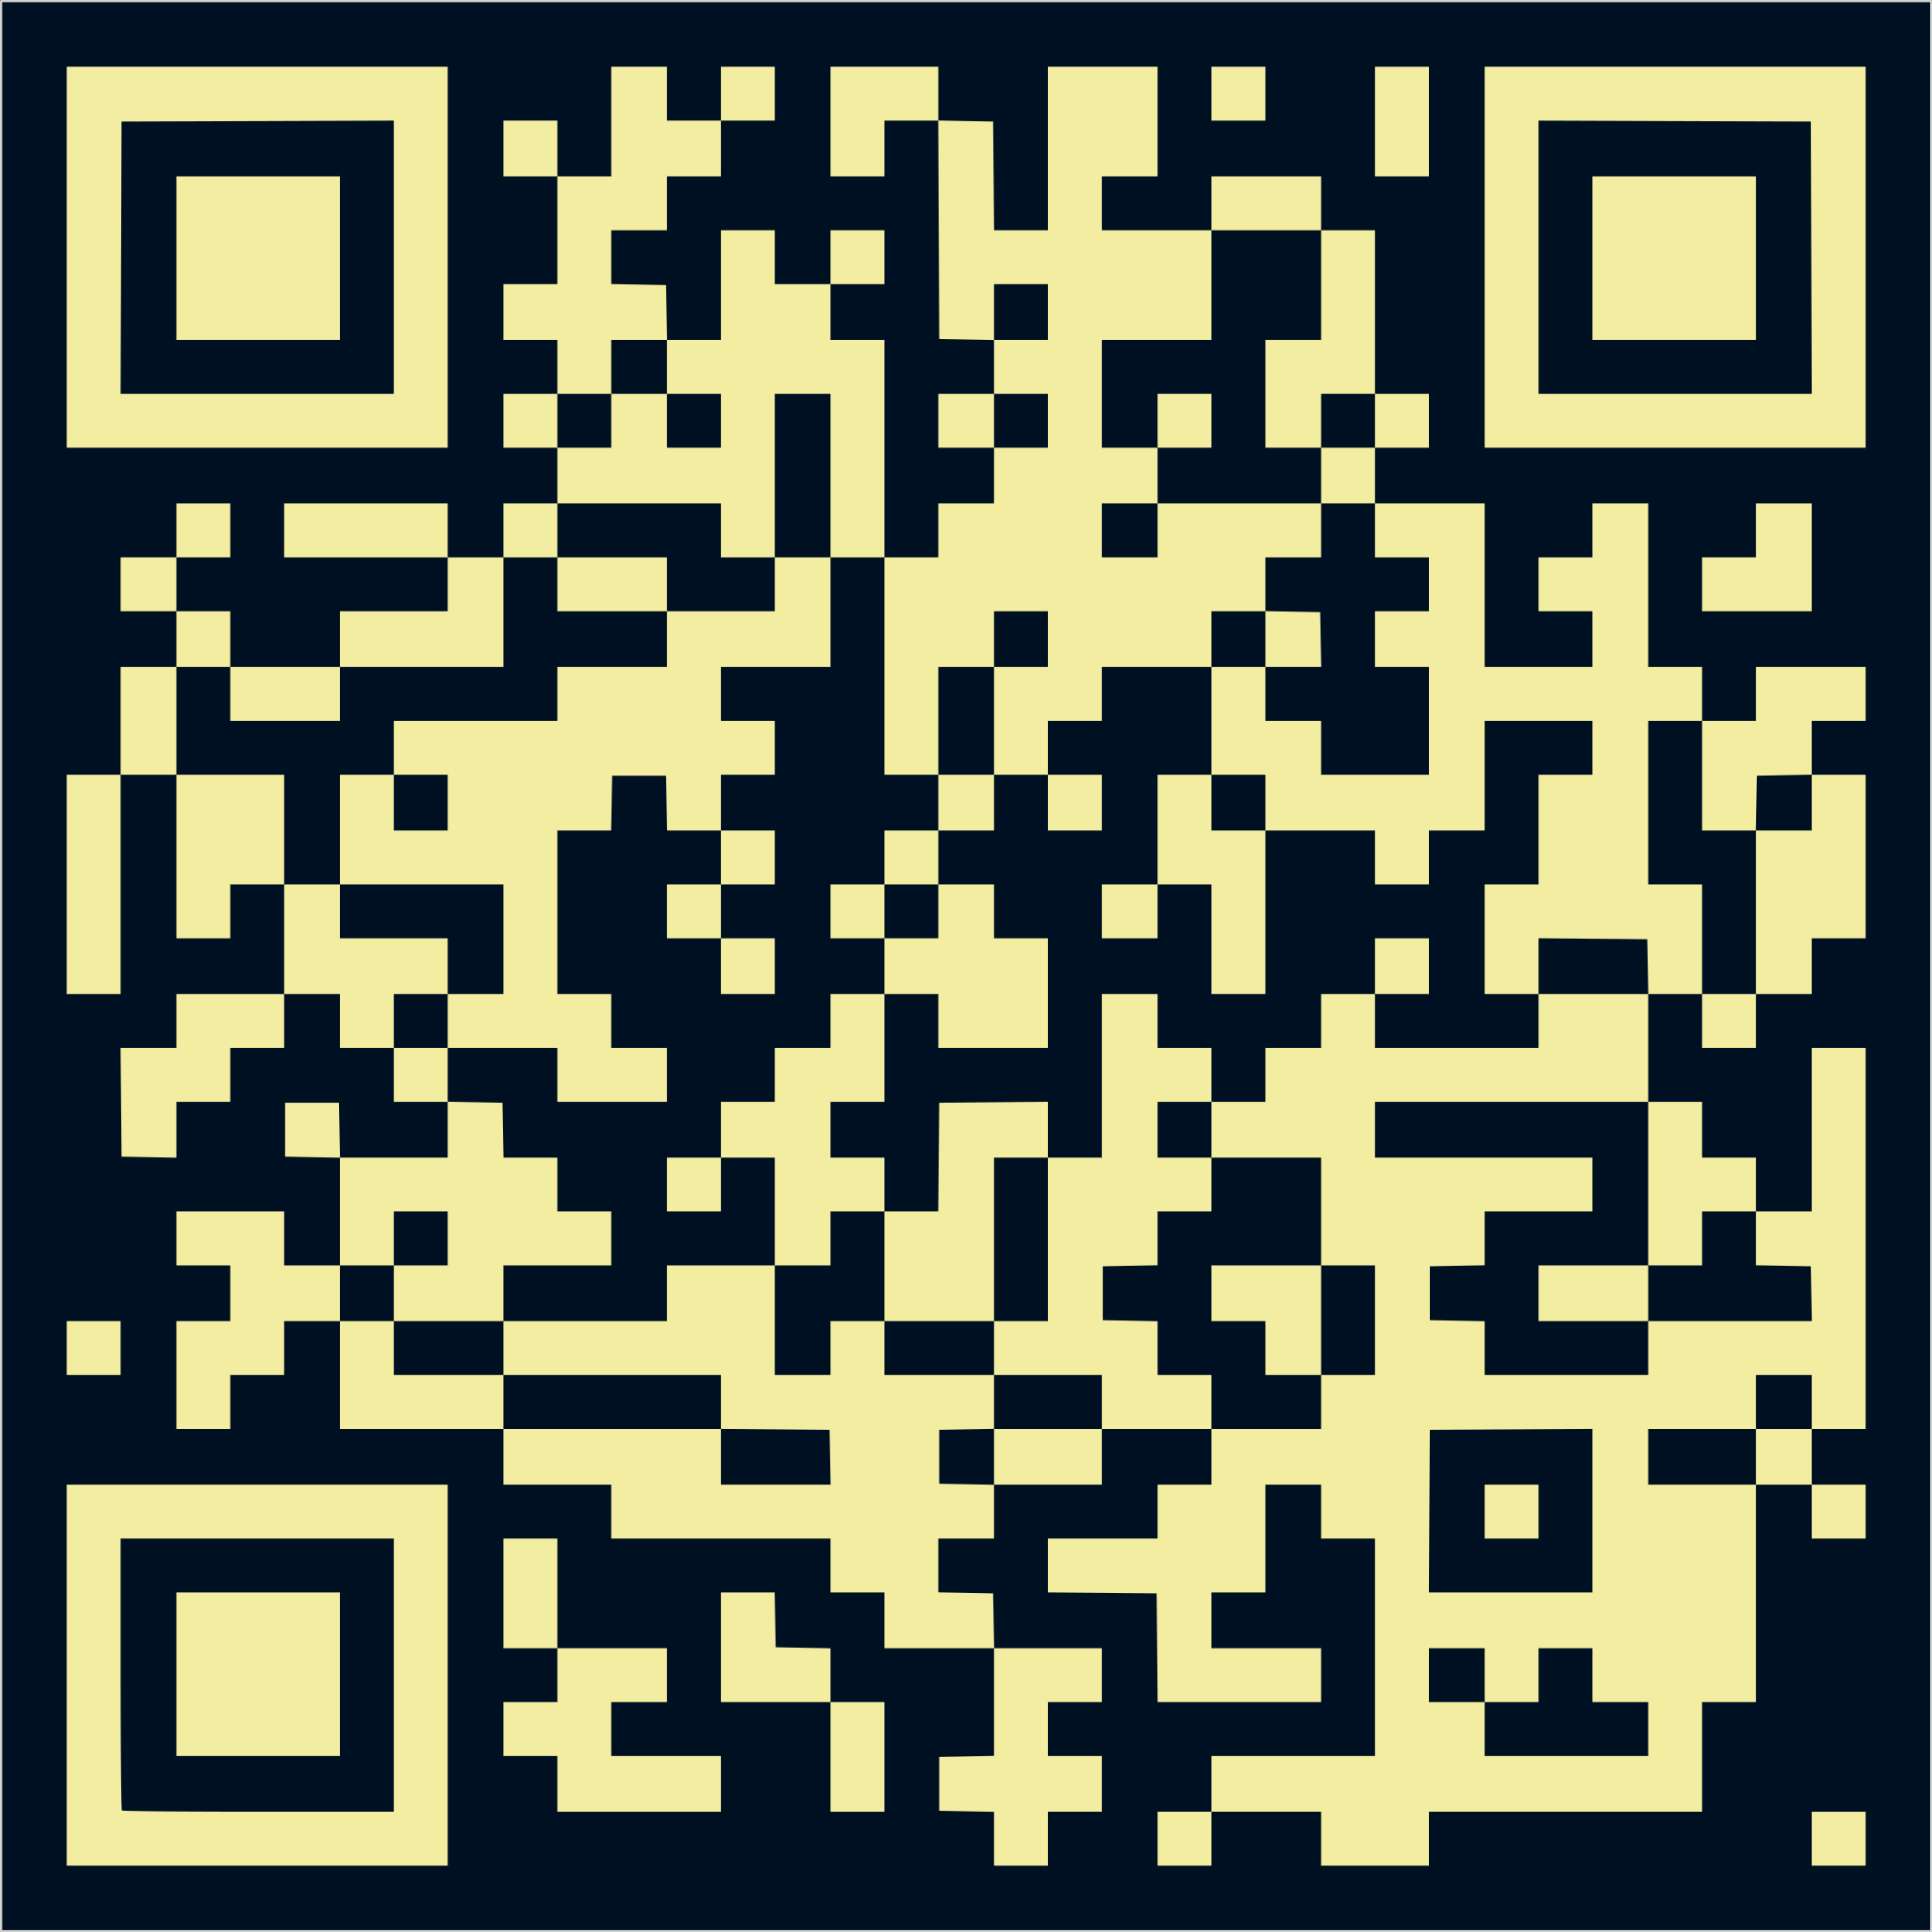
<source format=kicad_pcb>
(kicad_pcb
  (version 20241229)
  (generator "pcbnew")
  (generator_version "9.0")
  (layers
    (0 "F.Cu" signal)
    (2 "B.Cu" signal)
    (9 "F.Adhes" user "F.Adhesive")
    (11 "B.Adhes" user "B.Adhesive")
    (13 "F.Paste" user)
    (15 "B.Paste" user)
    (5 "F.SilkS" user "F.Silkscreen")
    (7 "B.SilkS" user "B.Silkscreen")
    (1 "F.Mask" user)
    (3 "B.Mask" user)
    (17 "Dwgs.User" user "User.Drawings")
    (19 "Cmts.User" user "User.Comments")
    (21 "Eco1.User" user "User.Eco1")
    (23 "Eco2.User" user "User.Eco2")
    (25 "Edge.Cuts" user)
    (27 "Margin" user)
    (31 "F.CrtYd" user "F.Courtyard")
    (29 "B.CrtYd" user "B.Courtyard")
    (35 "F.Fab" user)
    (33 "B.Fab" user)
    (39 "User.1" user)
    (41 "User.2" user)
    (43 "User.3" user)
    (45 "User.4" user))
  (footprint "QR"
    (layer "F.Cu")
    (at 41.116 41.116)
    (property "Reference" "QR" (at 0 0 0) (layer "F.SilkS") (effects (font (size 1.5 1.5) (thickness 0.3))))
    (attr board_only exclude_from_pos_files exclude_from_bom)
    (fp_poly (pts (xy -38.652 17.457) (xy -38.652 18.689) (xy -39.884 18.689) (xy -41.116 18.689) (xy -41.116 17.457) (xy -41.116 16.225) (xy -39.884 16.225) (xy -38.652 16.225)) (stroke (width 0) (type solid)) (fill yes) (layer "F.SilkS"))
    (fp_poly (pts (xy -28.628 -32.366) (xy -28.628 -28.628) (xy -32.366 -28.628) (xy -36.104 -28.628) (xy -36.104 -32.366) (xy -36.104 -36.104) (xy -32.366 -36.104) (xy -28.628 -36.104)) (stroke (width 0) (type solid)) (fill yes) (layer "F.SilkS"))
    (fp_poly (pts (xy -28.628 32.366) (xy -28.628 36.104) (xy -32.366 36.104) (xy -36.104 36.104) (xy -36.104 32.366) (xy -36.104 28.628) (xy -32.366 28.628) (xy -28.628 28.628)) (stroke (width 0) (type solid)) (fill yes) (layer "F.SilkS"))
    (fp_poly (pts (xy -18.689 28.671) (xy -18.689 31.177) (xy -19.921 31.177) (xy -21.153 31.177) (xy -21.153 28.671) (xy -21.153 26.165) (xy -19.921 26.165) (xy -18.689 26.165)) (stroke (width 0) (type solid)) (fill yes) (layer "F.SilkS"))
    (fp_poly (pts (xy -8.75 0) (xy -8.75 1.274) (xy -9.982 1.274) (xy -11.213 1.274) (xy -11.213 0) (xy -11.213 -1.274) (xy -9.982 -1.274) (xy -8.75 -1.274)) (stroke (width 0) (type solid)) (fill yes) (layer "F.SilkS"))
    (fp_poly (pts (xy -3.738 36.146) (xy -3.738 38.652) (xy -4.97 38.652) (xy -6.201 38.652) (xy -6.201 36.146) (xy -6.201 33.64) (xy -4.97 33.64) (xy -3.738 33.64)) (stroke (width 0) (type solid)) (fill yes) (layer "F.SilkS"))
    (fp_poly (pts (xy 6.201 -7.476) (xy 6.201 -6.201) (xy 4.97 -6.201) (xy 3.738 -6.201) (xy 3.738 -7.476) (xy 3.738 -8.75) (xy 4.97 -8.75) (xy 6.201 -8.75)) (stroke (width 0) (type solid)) (fill yes) (layer "F.SilkS"))
    (fp_poly (pts (xy 11.213 -24.933) (xy 11.213 -23.701) (xy 9.982 -23.701) (xy 8.75 -23.701) (xy 8.75 -24.933) (xy 8.75 -26.165) (xy 9.982 -26.165) (xy 11.213 -26.165)) (stroke (width 0) (type solid)) (fill yes) (layer "F.SilkS"))
    (fp_poly (pts (xy 13.677 -39.884) (xy 13.677 -38.652) (xy 12.445 -38.652) (xy 11.213 -38.652) (xy 11.213 -39.884) (xy 11.213 -41.116) (xy 12.445 -41.116) (xy 13.677 -41.116)) (stroke (width 0) (type solid)) (fill yes) (layer "F.SilkS"))
    (fp_poly (pts (xy 14.93 -16.206) (xy 16.183 -16.183) (xy 16.206 -14.93) (xy 16.23 -13.677) (xy 14.953 -13.677) (xy 13.677 -13.677) (xy 13.677 -14.953) (xy 13.677 -16.23)) (stroke (width 0) (type solid)) (fill yes) (layer "F.SilkS"))
    (fp_poly (pts (xy 21.153 -38.61) (xy 21.153 -36.104) (xy 19.921 -36.104) (xy 18.689 -36.104) (xy 18.689 -38.61) (xy 18.689 -41.116) (xy 19.921 -41.116) (xy 21.153 -41.116)) (stroke (width 0) (type solid)) (fill yes) (layer "F.SilkS"))
    (fp_poly (pts (xy 21.153 0) (xy 21.153 1.274) (xy 19.921 1.274) (xy 18.689 1.274) (xy 18.689 0) (xy 18.689 -1.274) (xy 19.921 -1.274) (xy 21.153 -1.274)) (stroke (width 0) (type solid)) (fill yes) (layer "F.SilkS"))
    (fp_poly (pts (xy 26.165 24.933) (xy 26.165 26.165) (xy 24.933 26.165) (xy 23.701 26.165) (xy 23.701 24.933) (xy 23.701 23.701) (xy 24.933 23.701) (xy 26.165 23.701)) (stroke (width 0) (type solid)) (fill yes) (layer "F.SilkS"))
    (fp_poly (pts (xy 31.177 14.951) (xy 31.177 16.225) (xy 28.671 16.225) (xy 26.165 16.225) (xy 26.165 14.951) (xy 26.165 13.677) (xy 28.671 13.677) (xy 31.177 13.677)) (stroke (width 0) (type solid)) (fill yes) (layer "F.SilkS"))
    (fp_poly (pts (xy 36.104 -32.366) (xy 36.104 -28.628) (xy 32.366 -28.628) (xy 28.628 -28.628) (xy 28.628 -32.366) (xy 28.628 -36.104) (xy 32.366 -36.104) (xy 36.104 -36.104)) (stroke (width 0) (type solid)) (fill yes) (layer "F.SilkS"))
    (fp_poly (pts (xy 41.116 24.933) (xy 41.116 26.165) (xy 39.884 26.165) (xy 38.652 26.165) (xy 38.652 24.933) (xy 38.652 23.701) (xy 39.884 23.701) (xy 41.116 23.701)) (stroke (width 0) (type solid)) (fill yes) (layer "F.SilkS"))
    (fp_poly (pts (xy 41.116 39.884) (xy 41.116 41.116) (xy 39.884 41.116) (xy 38.652 41.116) (xy 38.652 39.884) (xy 38.652 38.652) (xy 39.884 38.652) (xy 41.116 38.652)) (stroke (width 0) (type solid)) (fill yes) (layer "F.SilkS"))
    (fp_poly (pts (xy -31.177 -6.244) (xy -31.177 -3.738) (xy -32.408 -3.738) (xy -33.64 -3.738) (xy -33.64 -2.506) (xy -33.64 -1.274) (xy -34.872 -1.274) (xy -36.104 -1.274) (xy -36.104 -5.012) (xy -36.104 -8.75) (xy -33.64 -8.75) (xy -31.177 -8.75)) (stroke (width 0) (type solid)) (fill yes) (layer "F.SilkS"))
    (fp_poly (pts (xy -8.731 29.881) (xy -8.707 31.134) (xy -7.454 31.158) (xy -6.201 31.181) (xy -6.201 32.411) (xy -6.201 33.64) (xy -8.707 33.64) (xy -11.213 33.64) (xy -11.213 31.134) (xy -11.213 28.628) (xy -9.984 28.628) (xy -8.754 28.628)) (stroke (width 0) (type solid)) (fill yes) (layer "F.SilkS"))
    (fp_poly (pts (xy 16.225 16.183) (xy 16.225 18.689) (xy 14.951 18.689) (xy 13.677 18.689) (xy 13.677 17.457) (xy 13.677 16.225) (xy 12.445 16.225) (xy 11.213 16.225) (xy 11.213 14.951) (xy 11.213 13.677) (xy 13.719 13.677) (xy 16.225 13.677)) (stroke (width 0) (type solid)) (fill yes) (layer "F.SilkS"))
    (fp_poly (pts (xy 38.652 -18.689) (xy 38.652 -16.225) (xy 36.146 -16.225) (xy 33.64 -16.225) (xy 33.64 -17.457) (xy 33.64 -18.689) (xy 34.872 -18.689) (xy 36.104 -18.689) (xy 36.104 -19.921) (xy 36.104 -21.153) (xy 37.378 -21.153) (xy 38.652 -21.153)) (stroke (width 0) (type solid)) (fill yes) (layer "F.SilkS"))
    (fp_poly (pts (xy -33.64 -19.921) (xy -33.64 -18.689) (xy -34.872 -18.689) (xy -36.104 -18.689) (xy -36.104 -17.457) (xy -36.104 -16.225) (xy -37.378 -16.225) (xy -38.652 -16.225) (xy -38.652 -17.457) (xy -38.652 -18.689) (xy -37.378 -18.689) (xy -36.104 -18.689) (xy -36.104 -19.921) (xy -36.104 -21.153) (xy -34.872 -21.153) (xy -33.64 -21.153)) (stroke (width 0) (type solid)) (fill yes) (layer "F.SilkS"))
    (fp_poly (pts (xy -8.75 -4.97) (xy -8.75 -3.738) (xy -9.982 -3.738) (xy -11.213 -3.738) (xy -11.213 -2.506) (xy -11.213 -1.274) (xy -12.445 -1.274) (xy -13.677 -1.274) (xy -13.677 -2.506) (xy -13.677 -3.738) (xy -12.445 -3.738) (xy -11.213 -3.738) (xy -11.213 -4.97) (xy -11.213 -6.201) (xy -9.982 -6.201) (xy -8.75 -6.201)) (stroke (width 0) (type solid)) (fill yes) (layer "F.SilkS"))
    (fp_poly (pts (xy 18.689 -29.902) (xy 18.689 -26.165) (xy 17.457 -26.165) (xy 16.225 -26.165) (xy 16.225 -24.933) (xy 16.225 -23.701) (xy 14.951 -23.701) (xy 13.677 -23.701) (xy 13.677 -26.165) (xy 13.677 -28.628) (xy 14.951 -28.628) (xy 16.225 -28.628) (xy 16.225 -31.134) (xy 16.225 -33.64) (xy 17.457 -33.64) (xy 18.689 -33.64)) (stroke (width 0) (type solid)) (fill yes) (layer "F.SilkS"))
    (fp_poly (pts (xy -23.701 -32.408) (xy -23.701 -23.701) (xy -32.408 -23.701) (xy -41.116 -23.701) (xy -41.116 -26.165) (xy -38.653 -26.165) (xy -32.409 -26.165) (xy -26.165 -26.165) (xy -26.165 -32.409) (xy -26.165 -38.653) (xy -32.387 -38.631) (xy -38.61 -38.61) (xy -38.631 -32.387) (xy -38.653 -26.165) (xy -41.116 -26.165) (xy -41.116 -32.408) (xy -41.116 -41.116) (xy -32.408 -41.116) (xy -23.701 -41.116)) (stroke (width 0) (type solid)) (fill yes) (layer "F.SilkS"))
    (fp_poly (pts (xy 41.116 -32.408) (xy 41.116 -23.701) (xy 32.408 -23.701) (xy 23.701 -23.701) (xy 23.701 -32.408) (xy 23.701 -32.409) (xy 26.165 -32.409) (xy 26.165 -26.165) (xy 32.409 -26.165) (xy 38.653 -26.165) (xy 38.631 -32.387) (xy 38.61 -38.61) (xy 32.387 -38.631) (xy 26.165 -38.653) (xy 26.165 -32.409) (xy 23.701 -32.409) (xy 23.701 -41.116) (xy 32.408 -41.116) (xy 41.116 -41.116)) (stroke (width 0) (type solid)) (fill yes) (layer "F.SilkS"))
    (fp_poly (pts (xy -13.677 32.408) (xy -13.677 33.64) (xy -14.951 33.64) (xy -16.225 33.64) (xy -16.225 34.872) (xy -16.225 36.104) (xy -13.719 36.104) (xy -11.213 36.104) (xy -11.213 37.378) (xy -11.213 38.652) (xy -14.951 38.652) (xy -18.689 38.652) (xy -18.689 37.378) (xy -18.689 36.104) (xy -19.921 36.104) (xy -21.153 36.104) (xy -21.153 34.872) (xy -21.153 33.64) (xy -19.921 33.64) (xy -18.689 33.64) (xy -18.689 32.408) (xy -18.689 31.177) (xy -16.183 31.177) (xy -13.677 31.177)) (stroke (width 0) (type solid)) (fill yes) (layer "F.SilkS"))
    (fp_poly (pts (xy 11.213 -7.476) (xy 11.213 -6.201) (xy 12.445 -6.201) (xy 13.677 -6.201) (xy 13.677 -2.464) (xy 13.677 1.274) (xy 12.445 1.274) (xy 11.213 1.274) (xy 11.213 -1.232) (xy 11.213 -3.738) (xy 9.982 -3.738) (xy 8.75 -3.738) (xy 8.75 -2.506) (xy 8.75 -1.274) (xy 7.476 -1.274) (xy 6.201 -1.274) (xy 6.201 -2.506) (xy 6.201 -3.738) (xy 7.476 -3.738) (xy 8.75 -3.738) (xy 8.75 -6.244) (xy 8.75 -8.75) (xy 9.982 -8.75) (xy 11.213 -8.75)) (stroke (width 0) (type solid)) (fill yes) (layer "F.SilkS"))
    (fp_poly (pts (xy -23.701 32.408) (xy -23.701 41.116) (xy -32.408 41.116) (xy -41.116 41.116) (xy -41.116 32.408) (xy -41.116 32.352) (xy -38.652 32.352) (xy -38.651 33.362) (xy -38.649 34.322) (xy -38.646 35.22) (xy -38.641 36.04) (xy -38.635 36.77) (xy -38.629 37.397) (xy -38.621 37.906) (xy -38.613 38.285) (xy -38.604 38.519) (xy -38.596 38.596) (xy -38.503 38.605) (xy -38.255 38.614) (xy -37.863 38.622) (xy -37.343 38.629) (xy -36.706 38.636) (xy -35.966 38.642) (xy -35.138 38.646) (xy -34.234 38.649) (xy -33.269 38.652) (xy -32.352 38.652) (xy -26.165 38.652) (xy -26.165 32.408) (xy -26.165 26.165) (xy -32.408 26.165) (xy -38.652 26.165) (xy -38.652 32.352) (xy -41.116 32.352) (xy -41.116 23.701) (xy -32.408 23.701) (xy -23.701 23.701)) (stroke (width 0) (type solid)) (fill yes) (layer "F.SilkS"))
    (fp_poly (pts (xy -28.628 -2.506) (xy -28.628 -1.274) (xy -26.165 -1.274) (xy -23.701 -1.274) (xy -23.701 0) (xy -23.701 1.274) (xy -24.933 1.274) (xy -26.165 1.274) (xy -26.165 2.506) (xy -26.165 3.738) (xy -27.396 3.738) (xy -28.628 3.738) (xy -28.628 2.506) (xy -28.628 1.274) (xy -29.902 1.274) (xy -31.177 1.274) (xy -31.177 2.506) (xy -31.177 3.738) (xy -32.408 3.738) (xy -33.64 3.738) (xy -33.64 4.97) (xy -33.64 6.201) (xy -34.872 6.201) (xy -36.104 6.201) (xy -36.104 7.478) (xy -36.104 8.754) (xy -37.357 8.731) (xy -38.61 8.707) (xy -38.632 6.223) (xy -38.655 3.738) (xy -37.379 3.738) (xy -36.104 3.738) (xy -36.104 2.506) (xy -36.104 1.274) (xy -33.64 1.274) (xy -31.177 1.274) (xy -31.177 -1.232) (xy -31.177 -3.738) (xy -29.902 -3.738) (xy -28.628 -3.738)) (stroke (width 0) (type solid)) (fill yes) (layer "F.SilkS"))
    (fp_poly (pts (xy -23.701 4.967) (xy -23.701 6.197) (xy -22.448 6.22) (xy -21.195 6.244) (xy -21.171 7.497) (xy -21.148 8.75) (xy -19.918 8.75) (xy -18.689 8.75) (xy -18.689 9.982) (xy -18.689 11.213) (xy -17.457 11.213) (xy -16.225 11.213) (xy -16.225 12.445) (xy -16.225 13.677) (xy -18.689 13.677) (xy -21.153 13.677) (xy -21.153 14.951) (xy -21.153 16.225) (xy -23.659 16.225) (xy -26.165 16.225) (xy -26.165 14.951) (xy -26.165 13.677) (xy -24.933 13.677) (xy -23.701 13.677) (xy -23.701 12.445) (xy -23.701 11.213) (xy -24.933 11.213) (xy -26.165 11.213) (xy -26.165 12.445) (xy -26.165 13.677) (xy -27.396 13.677) (xy -28.628 13.677) (xy -28.628 14.951) (xy -28.628 16.225) (xy -29.902 16.225) (xy -31.177 16.225) (xy -31.177 17.457) (xy -31.177 18.689) (xy -32.408 18.689) (xy -33.64 18.689) (xy -33.64 19.921) (xy -33.64 21.153) (xy -34.872 21.153) (xy -36.104 21.153) (xy -36.104 18.689) (xy -36.104 16.225) (xy -34.872 16.225) (xy -33.64 16.225) (xy -33.64 14.951) (xy -33.64 13.677) (xy -34.872 13.677) (xy -36.104 13.677) (xy -36.104 12.445) (xy -36.104 11.213) (xy -33.64 11.213) (xy -31.177 11.213) (xy -31.177 12.445) (xy -31.177 13.677) (xy -29.902 13.677) (xy -28.628 13.677) (xy -28.628 11.216) (xy -28.628 8.754) (xy -29.881 8.731) (xy -31.134 8.707) (xy -31.134 7.476) (xy -31.134 6.244) (xy -29.902 6.244) (xy -28.671 6.244) (xy -28.647 7.497) (xy -28.624 8.75) (xy -26.162 8.75) (xy -23.701 8.75) (xy -23.701 7.476) (xy -23.701 6.201) (xy -24.933 6.201) (xy -26.165 6.201) (xy -26.165 4.97) (xy -26.165 3.738) (xy -24.933 3.738) (xy -23.701 3.738)) (stroke (width 0) (type solid)) (fill yes) (layer "F.SilkS"))
    (fp_poly (pts (xy -13.677 -17.457) (xy -13.677 -16.225) (xy -11.213 -16.225) (xy -8.75 -16.225) (xy -8.75 -17.457) (xy -8.75 -18.689) (xy -7.476 -18.689) (xy -6.201 -18.689) (xy -6.201 -16.183) (xy -6.201 -13.677) (xy -8.707 -13.677) (xy -11.213 -13.677) (xy -11.213 -12.445) (xy -11.213 -11.213) (xy -9.982 -11.213) (xy -8.75 -11.213) (xy -8.75 -9.982) (xy -8.75 -8.75) (xy -9.982 -8.75) (xy -11.213 -8.75) (xy -11.213 -7.476) (xy -11.213 -6.201) (xy -12.443 -6.201) (xy -13.672 -6.201) (xy -13.696 -7.454) (xy -13.719 -8.707) (xy -14.951 -8.707) (xy -16.183 -8.707) (xy -16.206 -7.454) (xy -16.23 -6.201) (xy -17.459 -6.201) (xy -18.689 -6.201) (xy -18.689 -2.464) (xy -18.689 1.274) (xy -17.457 1.274) (xy -16.225 1.274) (xy -16.225 2.506) (xy -16.225 3.738) (xy -14.951 3.738) (xy -13.677 3.738) (xy -13.677 4.97) (xy -13.677 6.201) (xy -16.183 6.201) (xy -18.689 6.201) (xy -18.689 4.97) (xy -18.689 3.738) (xy -21.195 3.738) (xy -23.701 3.738) (xy -23.701 2.506) (xy -23.701 1.274) (xy -22.427 1.274) (xy -21.153 1.274) (xy -21.153 -1.232) (xy -21.153 -3.738) (xy -24.89 -3.738) (xy -28.628 -3.738) (xy -28.628 -6.244) (xy -28.628 -7.476) (xy -26.165 -7.476) (xy -26.165 -6.201) (xy -24.933 -6.201) (xy -23.701 -6.201) (xy -23.701 -7.476) (xy -23.701 -8.75) (xy -24.933 -8.75) (xy -26.165 -8.75) (xy -26.165 -7.476) (xy -28.628 -7.476) (xy -28.628 -8.75) (xy -27.396 -8.75) (xy -26.165 -8.75) (xy -26.165 -9.982) (xy -26.165 -11.213) (xy -22.427 -11.213) (xy -18.689 -11.213) (xy -18.689 -12.445) (xy -18.689 -13.677) (xy -16.183 -13.677) (xy -13.677 -13.677) (xy -13.677 -14.951) (xy -13.677 -16.225) (xy -16.183 -16.225) (xy -18.689 -16.225) (xy -18.689 -17.457) (xy -18.689 -18.689) (xy -16.183 -18.689) (xy -13.677 -18.689)) (stroke (width 0) (type solid)) (fill yes) (layer "F.SilkS"))
    (fp_poly (pts (xy 1.274 -7.476) (xy 1.274 -6.201) (xy 0 -6.201) (xy -1.274 -6.201) (xy -1.274 -4.97) (xy -1.274 -3.738) (xy -2.506 -3.738) (xy -3.738 -3.738) (xy -3.738 -2.506) (xy -3.738 -1.274) (xy -2.506 -1.274) (xy -1.274 -1.274) (xy -1.274 -2.506) (xy -1.274 -3.738) (xy 0 -3.738) (xy 1.274 -3.738) (xy 1.274 -2.506) (xy 1.274 -1.274) (xy 2.506 -1.274) (xy 3.738 -1.274) (xy 3.738 1.232) (xy 3.738 3.738) (xy 1.232 3.738) (xy -1.274 3.738) (xy -1.274 2.506) (xy -1.274 1.274) (xy -2.506 1.274) (xy -3.738 1.274) (xy -3.738 3.738) (xy -3.738 6.201) (xy -4.97 6.201) (xy -6.201 6.201) (xy -6.201 7.476) (xy -6.201 8.75) (xy -4.97 8.75) (xy -3.738 8.75) (xy -3.738 9.982) (xy -3.738 11.213) (xy -2.507 11.213) (xy -1.277 11.213) (xy -1.254 8.729) (xy -1.232 6.244) (xy 1.253 6.221) (xy 3.738 6.199) (xy 3.738 7.474) (xy 3.738 8.75) (xy 2.506 8.75) (xy 1.274 8.75) (xy 1.274 12.488) (xy 1.274 16.225) (xy -1.232 16.225) (xy -3.738 16.225) (xy -3.738 13.719) (xy -3.738 11.213) (xy -4.97 11.213) (xy -6.201 11.213) (xy -6.201 12.445) (xy -6.201 13.677) (xy -7.476 13.677) (xy -8.75 13.677) (xy -8.75 11.213) (xy -8.75 8.75) (xy -9.982 8.75) (xy -11.213 8.75) (xy -11.213 9.982) (xy -11.213 11.213) (xy -12.445 11.213) (xy -13.677 11.213) (xy -13.677 9.982) (xy -13.677 8.75) (xy -12.445 8.75) (xy -11.213 8.75) (xy -11.213 7.476) (xy -11.213 6.201) (xy -9.982 6.201) (xy -8.75 6.201) (xy -8.75 4.97) (xy -8.75 3.738) (xy -7.476 3.738) (xy -6.201 3.738) (xy -6.201 2.506) (xy -6.201 1.274) (xy -4.97 1.274) (xy -3.738 1.274) (xy -3.738 0) (xy -3.738 -1.274) (xy -4.97 -1.274) (xy -6.201 -1.274) (xy -6.201 -2.506) (xy -6.201 -3.738) (xy -4.97 -3.738) (xy -3.738 -3.738) (xy -3.738 -4.97) (xy -3.738 -6.201) (xy -2.506 -6.201) (xy -1.274 -6.201) (xy -1.274 -7.476) (xy -1.274 -8.75) (xy 0 -8.75) (xy 1.274 -8.75)) (stroke (width 0) (type solid)) (fill yes) (layer "F.SilkS"))
    (fp_poly (pts (xy 23.701 -17.415) (xy 23.701 -13.677) (xy 26.165 -13.677) (xy 28.628 -13.677) (xy 28.628 -14.951) (xy 28.628 -16.225) (xy 27.396 -16.225) (xy 26.165 -16.225) (xy 26.165 -17.457) (xy 26.165 -18.689) (xy 27.396 -18.689) (xy 28.628 -18.689) (xy 28.628 -19.921) (xy 28.628 -21.153) (xy 29.902 -21.153) (xy 31.177 -21.153) (xy 31.177 -17.415) (xy 31.177 -13.677) (xy 32.408 -13.677) (xy 33.64 -13.677) (xy 33.64 -12.445) (xy 33.64 -11.213) (xy 34.872 -11.213) (xy 36.104 -11.213) (xy 36.104 -12.445) (xy 36.104 -13.677) (xy 38.61 -13.677) (xy 41.116 -13.677) (xy 41.116 -12.445) (xy 41.116 -11.213) (xy 39.884 -11.213) (xy 38.652 -11.213) (xy 38.652 -9.982) (xy 38.652 -8.754) (xy 37.399 -8.731) (xy 36.146 -8.707) (xy 36.123 -7.454) (xy 36.099 -6.201) (xy 34.87 -6.201) (xy 33.64 -6.201) (xy 33.64 -8.707) (xy 33.64 -11.213) (xy 32.408 -11.213) (xy 31.177 -11.213) (xy 31.177 -7.476) (xy 31.177 -3.738) (xy 32.408 -3.738) (xy 33.64 -3.738) (xy 33.64 -1.232) (xy 33.64 1.274) (xy 34.872 1.274) (xy 36.104 1.274) (xy 36.104 -2.464) (xy 36.104 -6.201) (xy 37.378 -6.201) (xy 38.652 -6.201) (xy 38.652 -7.478) (xy 38.652 -8.75) (xy 39.884 -8.75) (xy 41.116 -8.75) (xy 41.116 -5.012) (xy 41.116 -1.274) (xy 39.884 -1.274) (xy 38.652 -1.274) (xy 38.652 0) (xy 38.652 1.274) (xy 37.378 1.274) (xy 36.104 1.274) (xy 36.104 2.506) (xy 36.104 3.738) (xy 34.872 3.738) (xy 33.64 3.738) (xy 33.64 2.506) (xy 33.64 1.274) (xy 32.408 1.274) (xy 31.181 1.274) (xy 31.158 0.021) (xy 31.134 -1.232) (xy 28.649 -1.254) (xy 26.165 -1.277) (xy 26.165 -0.001) (xy 26.165 1.274) (xy 24.933 1.274) (xy 23.701 1.274) (xy 23.701 -1.232) (xy 23.701 -3.738) (xy 24.933 -3.738) (xy 26.165 -3.738) (xy 26.165 -6.244) (xy 26.165 -8.75) (xy 27.396 -8.75) (xy 28.628 -8.75) (xy 28.628 -9.982) (xy 28.628 -11.213) (xy 26.165 -11.213) (xy 23.701 -11.213) (xy 23.701 -8.707) (xy 23.701 -6.201) (xy 22.427 -6.201) (xy 21.153 -6.201) (xy 21.153 -4.97) (xy 21.153 -3.738) (xy 19.921 -3.738) (xy 18.689 -3.738) (xy 18.689 -4.97) (xy 18.689 -6.201) (xy 16.183 -6.201) (xy 13.677 -6.201) (xy 13.677 -7.476) (xy 13.677 -8.75) (xy 12.445 -8.75) (xy 11.213 -8.75) (xy 11.213 -11.213) (xy 11.213 -13.677) (xy 12.445 -13.677) (xy 13.677 -13.677) (xy 13.677 -12.445) (xy 13.677 -11.213) (xy 14.951 -11.213) (xy 16.225 -11.213) (xy 16.225 -9.982) (xy 16.225 -8.75) (xy 18.689 -8.75) (xy 21.153 -8.75) (xy 21.153 -11.213) (xy 21.153 -13.677) (xy 19.921 -13.677) (xy 18.689 -13.677) (xy 18.689 -14.951) (xy 18.689 -16.225) (xy 19.921 -16.225) (xy 21.153 -16.225) (xy 21.153 -17.457) (xy 21.153 -18.689) (xy 19.921 -18.689) (xy 18.689 -18.689) (xy 18.689 -19.921) (xy 18.689 -21.153) (xy 21.195 -21.153) (xy 23.701 -21.153)) (stroke (width 0) (type solid)) (fill yes) (layer "F.SilkS"))
    (fp_poly (pts (xy -13.677 -39.884) (xy -13.677 -38.652) (xy -12.445 -38.652) (xy -11.213 -38.652) (xy -11.213 -39.884) (xy -11.213 -41.116) (xy -9.982 -41.116) (xy -8.75 -41.116) (xy -8.75 -39.884) (xy -8.75 -38.652) (xy -9.982 -38.652) (xy -11.213 -38.652) (xy -11.213 -37.378) (xy -11.213 -36.104) (xy -12.445 -36.104) (xy -13.677 -36.104) (xy -13.677 -34.872) (xy -13.677 -33.64) (xy -14.951 -33.64) (xy -16.225 -33.64) (xy -16.225 -32.411) (xy -16.225 -31.181) (xy -14.972 -31.158) (xy -13.719 -31.134) (xy -13.696 -29.881) (xy -13.672 -28.628) (xy -12.443 -28.628) (xy -11.213 -28.628) (xy -11.213 -31.134) (xy -11.213 -33.64) (xy -9.982 -33.64) (xy -8.75 -33.64) (xy -8.75 -32.408) (xy -8.75 -31.177) (xy -7.476 -31.177) (xy -6.201 -31.177) (xy -6.201 -32.408) (xy -6.201 -33.64) (xy -4.97 -33.64) (xy -3.738 -33.64) (xy -3.738 -32.408) (xy -3.738 -31.177) (xy -4.97 -31.177) (xy -6.201 -31.177) (xy -6.201 -29.902) (xy -6.201 -28.628) (xy -4.97 -28.628) (xy -3.738 -28.628) (xy -3.738 -23.659) (xy -3.738 -18.689) (xy -2.506 -18.689) (xy -1.274 -18.689) (xy -1.274 -19.921) (xy -1.274 -21.153) (xy 0 -21.153) (xy 1.274 -21.153) (xy 1.274 -22.427) (xy 1.274 -23.701) (xy 0 -23.701) (xy -1.274 -23.701) (xy -1.274 -24.933) (xy 1.274 -24.933) (xy 1.274 -23.701) (xy 2.506 -23.701) (xy 3.738 -23.701) (xy 3.738 -24.933) (xy 3.738 -26.165) (xy 2.506 -26.165) (xy 1.274 -26.165) (xy 1.274 -24.933) (xy -1.274 -24.933) (xy -1.274 -26.165) (xy 0 -26.165) (xy 1.274 -26.165) (xy 1.274 -27.394) (xy 1.274 -28.624) (xy 0.021 -28.647) (xy -1.232 -28.671) (xy -1.237 -29.902) (xy 1.274 -29.902) (xy 1.274 -28.628) (xy 2.506 -28.628) (xy 3.738 -28.628) (xy 3.738 -29.902) (xy 3.738 -31.177) (xy 2.506 -31.177) (xy 1.274 -31.177) (xy 1.274 -29.902) (xy -1.237 -29.902) (xy -1.254 -33.661) (xy -1.276 -38.652) (xy -2.507 -38.652) (xy -3.738 -38.652) (xy -3.738 -37.378) (xy -3.738 -36.104) (xy -4.97 -36.104) (xy -6.201 -36.104) (xy -6.201 -38.61) (xy -6.201 -41.116) (xy -3.738 -41.116) (xy -1.274 -41.116) (xy -1.274 -39.886) (xy -1.274 -38.657) (xy -0.021 -38.633) (xy 1.232 -38.61) (xy 1.254 -36.125) (xy 1.277 -33.64) (xy 2.507 -33.64) (xy 3.738 -33.64) (xy 3.738 -37.378) (xy 3.738 -41.116) (xy 6.244 -41.116) (xy 8.75 -41.116) (xy 8.75 -38.61) (xy 8.75 -36.104) (xy 7.476 -36.104) (xy 6.201 -36.104) (xy 6.201 -34.872) (xy 6.201 -33.64) (xy 8.707 -33.64) (xy 11.213 -33.64) (xy 11.213 -34.872) (xy 11.213 -36.104) (xy 13.719 -36.104) (xy 16.225 -36.104) (xy 16.225 -34.872) (xy 16.225 -33.64) (xy 13.719 -33.64) (xy 11.213 -33.64) (xy 11.213 -31.134) (xy 11.213 -28.628) (xy 8.707 -28.628) (xy 6.201 -28.628) (xy 6.201 -26.165) (xy 6.201 -23.701) (xy 7.476 -23.701) (xy 8.75 -23.701) (xy 8.75 -22.427) (xy 8.75 -21.153) (xy 7.476 -21.153) (xy 6.201 -21.153) (xy 6.201 -19.921) (xy 6.201 -18.689) (xy 7.476 -18.689) (xy 8.75 -18.689) (xy 8.75 -19.921) (xy 8.75 -21.153) (xy 12.488 -21.153) (xy 16.225 -21.153) (xy 16.225 -22.427) (xy 16.225 -23.701) (xy 17.457 -23.701) (xy 18.689 -23.701) (xy 18.689 -24.933) (xy 18.689 -26.165) (xy 19.921 -26.165) (xy 21.153 -26.165) (xy 21.153 -24.933) (xy 21.153 -23.701) (xy 19.921 -23.701) (xy 18.689 -23.701) (xy 18.689 -22.427) (xy 18.689 -21.153) (xy 17.457 -21.153) (xy 16.225 -21.153) (xy 16.225 -19.921) (xy 16.225 -18.689) (xy 14.951 -18.689) (xy 13.677 -18.689) (xy 13.677 -17.457) (xy 13.677 -16.225) (xy 12.445 -16.225) (xy 11.213 -16.225) (xy 11.213 -14.951) (xy 11.213 -13.677) (xy 8.707 -13.677) (xy 6.201 -13.677) (xy 6.201 -12.445) (xy 6.201 -11.213) (xy 4.97 -11.213) (xy 3.738 -11.213) (xy 3.738 -9.982) (xy 3.738 -8.75) (xy 2.506 -8.75) (xy 1.274 -8.75) (xy 1.274 -11.213) (xy 1.274 -13.677) (xy 2.506 -13.677) (xy 3.738 -13.677) (xy 3.738 -14.951) (xy 3.738 -16.225) (xy 2.506 -16.225) (xy 1.274 -16.225) (xy 1.274 -14.951) (xy 1.274 -13.677) (xy 0 -13.677) (xy -1.274 -13.677) (xy -1.274 -11.213) (xy -1.274 -8.75) (xy -2.506 -8.75) (xy -3.738 -8.75) (xy -3.738 -13.719) (xy -3.738 -18.689) (xy -4.97 -18.689) (xy -6.201 -18.689) (xy -6.201 -22.427) (xy -6.201 -26.165) (xy -7.476 -26.165) (xy -8.75 -26.165) (xy -8.75 -22.427) (xy -8.75 -18.689) (xy -9.982 -18.689) (xy -11.213 -18.689) (xy -11.213 -19.921) (xy -11.213 -21.153) (xy -14.951 -21.153) (xy -18.689 -21.153) (xy -18.689 -19.921) (xy -18.689 -18.689) (xy -19.921 -18.689) (xy -21.153 -18.689) (xy -21.153 -16.183) (xy -21.153 -13.677) (xy -24.89 -13.677) (xy -28.628 -13.677) (xy -28.628 -12.445) (xy -28.628 -11.213) (xy -31.134 -11.213) (xy -33.64 -11.213) (xy -33.64 -12.445) (xy -33.64 -13.677) (xy -34.872 -13.677) (xy -36.104 -13.677) (xy -36.104 -11.213) (xy -36.104 -8.75) (xy -37.378 -8.75) (xy -38.652 -8.75) (xy -38.652 -3.738) (xy -38.652 1.274) (xy -39.884 1.274) (xy -41.116 1.274) (xy -41.116 -3.738) (xy -41.116 -8.75) (xy -39.884 -8.75) (xy -38.652 -8.75) (xy -38.652 -11.213) (xy -38.652 -13.677) (xy -37.378 -13.677) (xy -36.104 -13.677) (xy -36.104 -14.951) (xy -36.104 -16.225) (xy -34.872 -16.225) (xy -33.64 -16.225) (xy -33.64 -14.951) (xy -33.64 -13.677) (xy -31.134 -13.677) (xy -28.628 -13.677) (xy -28.628 -14.951) (xy -28.628 -16.225) (xy -26.165 -16.225) (xy -23.701 -16.225) (xy -23.701 -17.457) (xy -23.701 -18.689) (xy -27.439 -18.689) (xy -31.177 -18.689) (xy -31.177 -19.921) (xy -31.177 -21.153) (xy -27.439 -21.153) (xy -23.701 -21.153) (xy -23.701 -19.921) (xy -23.701 -18.689) (xy -22.427 -18.689) (xy -21.153 -18.689) (xy -21.153 -19.921) (xy -21.153 -21.153) (xy -19.921 -21.153) (xy -18.689 -21.153) (xy -18.689 -22.427) (xy -18.689 -23.701) (xy -19.921 -23.701) (xy -21.153 -23.701) (xy -21.153 -24.933) (xy -21.153 -26.165) (xy -19.921 -26.165) (xy -18.689 -26.165) (xy -18.689 -24.933) (xy -18.689 -23.701) (xy -17.457 -23.701) (xy -16.225 -23.701) (xy -16.225 -24.933) (xy -13.677 -24.933) (xy -13.677 -23.701) (xy -12.445 -23.701) (xy -11.213 -23.701) (xy -11.213 -24.933) (xy -11.213 -26.165) (xy -12.445 -26.165) (xy -13.677 -26.165) (xy -13.677 -24.933) (xy -16.225 -24.933) (xy -16.225 -26.165) (xy -14.951 -26.165) (xy -13.677 -26.165) (xy -13.677 -27.396) (xy -13.677 -28.628) (xy -14.951 -28.628) (xy -16.225 -28.628) (xy -16.225 -27.396) (xy -16.225 -26.165) (xy -17.457 -26.165) (xy -18.689 -26.165) (xy -18.689 -27.396) (xy -18.689 -28.628) (xy -19.921 -28.628) (xy -21.153 -28.628) (xy -21.153 -29.902) (xy -21.153 -31.177) (xy -19.921 -31.177) (xy -18.689 -31.177) (xy -18.689 -33.64) (xy -18.689 -36.104) (xy -19.921 -36.104) (xy -21.153 -36.104) (xy -21.153 -37.378) (xy -21.153 -38.652) (xy -19.921 -38.652) (xy -18.689 -38.652) (xy -18.689 -37.378) (xy -18.689 -36.104) (xy -17.457 -36.104) (xy -16.225 -36.104) (xy -16.225 -38.61) (xy -16.225 -41.116) (xy -14.951 -41.116) (xy -13.677 -41.116)) (stroke (width 0) (type solid)) (fill yes) (layer "F.SilkS"))
    (fp_poly (pts (xy 8.75 2.506) (xy 8.75 3.738) (xy 9.982 3.738) (xy 11.213 3.738) (xy 11.213 4.97) (xy 11.213 6.201) (xy 9.982 6.201) (xy 8.75 6.201) (xy 8.75 7.476) (xy 8.75 8.75) (xy 9.982 8.75) (xy 11.213 8.75) (xy 11.213 7.476) (xy 11.213 6.201) (xy 12.445 6.201) (xy 13.677 6.201) (xy 13.677 4.97) (xy 13.677 3.738) (xy 14.951 3.738) (xy 16.225 3.738) (xy 16.225 2.506) (xy 16.225 1.274) (xy 17.457 1.274) (xy 18.689 1.274) (xy 18.689 2.506) (xy 18.689 3.738) (xy 22.427 3.738) (xy 26.165 3.738) (xy 26.165 2.506) (xy 26.165 1.274) (xy 28.673 1.274) (xy 31.177 1.274) (xy 31.177 3.738) (xy 31.177 6.201) (xy 24.933 6.201) (xy 18.689 6.201) (xy 18.689 7.476) (xy 18.689 8.75) (xy 23.659 8.75) (xy 28.628 8.75) (xy 28.628 9.982) (xy 28.628 11.213) (xy 26.165 11.213) (xy 23.701 11.213) (xy 23.701 12.443) (xy 23.701 13.672) (xy 22.448 13.696) (xy 21.195 13.719) (xy 21.195 14.951) (xy 21.195 16.183) (xy 22.448 16.206) (xy 23.701 16.23) (xy 23.701 17.459) (xy 23.701 18.689) (xy 27.439 18.689) (xy 31.177 18.689) (xy 31.177 17.457) (xy 31.177 16.225) (xy 34.917 16.225) (xy 38.657 16.225) (xy 38.633 14.972) (xy 38.61 13.719) (xy 37.357 13.696) (xy 36.104 13.672) (xy 36.104 12.443) (xy 36.104 11.213) (xy 34.872 11.213) (xy 33.64 11.213) (xy 33.64 12.445) (xy 33.64 13.677) (xy 32.408 13.677) (xy 31.177 13.677) (xy 31.177 9.939) (xy 31.177 6.201) (xy 32.408 6.201) (xy 33.64 6.201) (xy 33.64 7.476) (xy 33.64 8.75) (xy 34.872 8.75) (xy 36.104 8.75) (xy 36.104 9.982) (xy 36.104 11.213) (xy 37.378 11.213) (xy 38.652 11.213) (xy 38.652 7.476) (xy 38.652 3.738) (xy 39.884 3.738) (xy 41.116 3.738) (xy 41.116 12.445) (xy 41.116 21.153) (xy 39.884 21.153) (xy 38.652 21.153) (xy 38.652 22.427) (xy 38.652 23.701) (xy 37.378 23.701) (xy 36.104 23.701) (xy 36.104 28.671) (xy 36.104 33.64) (xy 34.872 33.64) (xy 33.64 33.64) (xy 33.64 36.146) (xy 33.64 38.652) (xy 27.396 38.652) (xy 21.153 38.652) (xy 21.153 39.884) (xy 21.153 41.116) (xy 18.689 41.116) (xy 16.225 41.116) (xy 16.225 39.884) (xy 16.225 38.652) (xy 13.719 38.652) (xy 11.213 38.652) (xy 11.213 39.884) (xy 11.213 41.116) (xy 9.982 41.116) (xy 8.75 41.116) (xy 8.75 39.884) (xy 8.75 38.652) (xy 9.982 38.652) (xy 11.213 38.652) (xy 11.213 37.378) (xy 11.213 36.104) (xy 14.951 36.104) (xy 18.689 36.104) (xy 18.689 32.408) (xy 21.153 32.408) (xy 21.153 33.64) (xy 22.427 33.64) (xy 23.701 33.64) (xy 23.701 34.872) (xy 23.701 36.104) (xy 27.439 36.104) (xy 31.177 36.104) (xy 31.177 34.872) (xy 31.177 33.64) (xy 29.902 33.64) (xy 28.628 33.64) (xy 28.628 32.408) (xy 28.628 31.177) (xy 27.396 31.177) (xy 26.165 31.177) (xy 26.165 32.408) (xy 26.165 33.64) (xy 24.933 33.64) (xy 23.701 33.64) (xy 23.701 32.408) (xy 23.701 31.177) (xy 22.427 31.177) (xy 21.153 31.177) (xy 21.153 32.408) (xy 18.689 32.408) (xy 18.689 31.134) (xy 18.689 28.628) (xy 21.151 28.628) (xy 24.889 28.628) (xy 28.628 28.628) (xy 28.628 24.889) (xy 28.628 21.153) (xy 31.177 21.153) (xy 31.177 22.427) (xy 31.177 23.701) (xy 33.64 23.701) (xy 36.104 23.701) (xy 36.104 22.427) (xy 36.104 21.153) (xy 37.378 21.153) (xy 38.652 21.153) (xy 38.652 19.921) (xy 38.652 18.689) (xy 37.378 18.689) (xy 36.104 18.689) (xy 36.104 19.921) (xy 36.104 21.153) (xy 33.64 21.153) (xy 31.177 21.153) (xy 28.628 21.153) (xy 28.628 21.151) (xy 24.912 21.173) (xy 21.195 21.195) (xy 21.173 24.912) (xy 21.151 28.628) (xy 18.689 28.628) (xy 18.689 26.165) (xy 17.457 26.165) (xy 16.225 26.165) (xy 16.225 24.933) (xy 16.225 23.701) (xy 14.951 23.701) (xy 13.677 23.701) (xy 13.677 26.165) (xy 13.677 28.628) (xy 12.445 28.628) (xy 11.213 28.628) (xy 11.213 29.902) (xy 11.213 31.177) (xy 13.719 31.177) (xy 16.225 31.177) (xy 16.225 32.408) (xy 16.225 33.64) (xy 12.489 33.64) (xy 8.752 33.64) (xy 8.73 31.155) (xy 8.707 28.671) (xy 6.223 28.648) (xy 3.738 28.626) (xy 3.738 27.395) (xy 3.738 26.165) (xy 6.244 26.165) (xy 8.75 26.165) (xy 8.75 24.933) (xy 8.75 23.701) (xy 9.982 23.701) (xy 11.213 23.701) (xy 11.213 22.427) (xy 11.213 21.153) (xy 8.707 21.153) (xy 6.201 21.153) (xy 6.201 22.427) (xy 6.201 23.701) (xy 3.738 23.701) (xy 1.274 23.701) (xy 1.274 22.429) (xy 1.274 21.153) (xy 3.738 21.153) (xy 6.201 21.153) (xy 6.201 19.921) (xy 6.201 18.689) (xy 3.738 18.689) (xy 1.274 18.689) (xy 1.274 19.918) (xy 1.274 21.148) (xy 0.021 21.171) (xy -1.232 21.195) (xy -1.232 22.427) (xy -1.232 23.659) (xy 0.021 23.682) (xy 1.274 23.706) (xy 1.274 24.933) (xy 1.274 26.165) (xy 0 26.165) (xy -1.274 26.165) (xy -1.274 27.394) (xy -1.274 28.624) (xy -0.021 28.647) (xy 1.232 28.671) (xy 1.255 29.924) (xy 1.279 31.177) (xy 3.74 31.177) (xy 6.201 31.177) (xy 6.201 32.408) (xy 6.201 33.64) (xy 4.97 33.64) (xy 3.738 33.64) (xy 3.738 34.872) (xy 3.738 36.104) (xy 4.97 36.104) (xy 6.201 36.104) (xy 6.201 37.378) (xy 6.201 38.652) (xy 4.97 38.652) (xy 3.738 38.652) (xy 3.738 39.884) (xy 3.738 41.116) (xy 2.506 41.116) (xy 1.274 41.116) (xy 1.274 39.886) (xy 1.274 38.657) (xy 0.021 38.633) (xy -1.232 38.61) (xy -1.232 37.378) (xy -1.232 36.146) (xy 0.021 36.123) (xy 1.274 36.099) (xy 1.274 33.638) (xy 1.274 31.177) (xy -1.232 31.177) (xy -3.738 31.177) (xy -3.738 29.902) (xy -3.738 28.628) (xy -4.97 28.628) (xy -6.201 28.628) (xy -6.201 27.396) (xy -6.201 26.165) (xy -11.213 26.165) (xy -16.225 26.165) (xy -16.225 24.933) (xy -16.225 23.701) (xy -18.689 23.701) (xy -21.153 23.701) (xy -21.153 22.427) (xy -21.153 21.153) (xy -16.183 21.153) (xy -11.213 21.153) (xy -11.213 22.427) (xy -11.213 23.701) (xy -8.705 23.701) (xy -6.197 23.701) (xy -6.22 22.448) (xy -6.244 21.195) (xy -8.729 21.172) (xy -11.213 21.15) (xy -11.213 19.919) (xy -11.213 18.689) (xy -16.183 18.689) (xy -21.153 18.689) (xy -21.153 19.921) (xy -21.153 21.153) (xy -24.89 21.153) (xy -28.628 21.153) (xy -28.628 18.689) (xy -28.628 16.225) (xy -27.396 16.225) (xy -26.165 16.225) (xy -26.165 17.457) (xy -26.165 18.689) (xy -23.659 18.689) (xy -21.153 18.689) (xy -21.153 17.457) (xy -21.153 16.225) (xy -17.415 16.225) (xy -13.677 16.225) (xy -13.677 14.951) (xy -13.677 13.677) (xy -11.213 13.677) (xy -8.75 13.677) (xy -8.75 16.183) (xy -8.75 18.689) (xy -7.476 18.689) (xy -6.201 18.689) (xy -6.201 17.457) (xy -6.201 16.225) (xy -4.97 16.225) (xy -3.738 16.225) (xy -3.738 17.457) (xy -3.738 18.689) (xy -1.232 18.689) (xy 1.274 18.689) (xy 1.274 17.457) (xy 1.274 16.225) (xy 2.506 16.225) (xy 3.738 16.225) (xy 3.738 13.719) (xy 6.244 13.719) (xy 6.244 14.951) (xy 6.244 16.183) (xy 7.497 16.206) (xy 8.75 16.23) (xy 8.75 17.459) (xy 8.75 18.689) (xy 9.982 18.689) (xy 11.213 18.689) (xy 11.213 19.921) (xy 11.213 21.153) (xy 13.719 21.153) (xy 16.225 21.153) (xy 16.225 19.921) (xy 16.225 18.689) (xy 17.457 18.689) (xy 18.689 18.689) (xy 18.689 16.183) (xy 18.689 13.677) (xy 17.457 13.677) (xy 16.225 13.677) (xy 16.225 11.213) (xy 16.225 8.75) (xy 13.719 8.75) (xy 11.213 8.75) (xy 11.213 9.982) (xy 11.213 11.213) (xy 9.982 11.213) (xy 8.75 11.213) (xy 8.75 12.443) (xy 8.75 13.672) (xy 7.497 13.696) (xy 6.244 13.719) (xy 3.738 13.719) (xy 3.738 12.488) (xy 3.738 8.75) (xy 4.97 8.75) (xy 6.201 8.75) (xy 6.201 5.012) (xy 6.201 1.274) (xy 7.476 1.274) (xy 8.75 1.274)) (stroke (width 0) (type solid)) (fill yes) (layer "F.SilkS")))
  (gr_rect
    (start -3 -3)
    (end 85.231 85.231)
    (stroke (width 0.1) (type default))
    (fill no)
    (layer "Edge.Cuts")))
</source>
